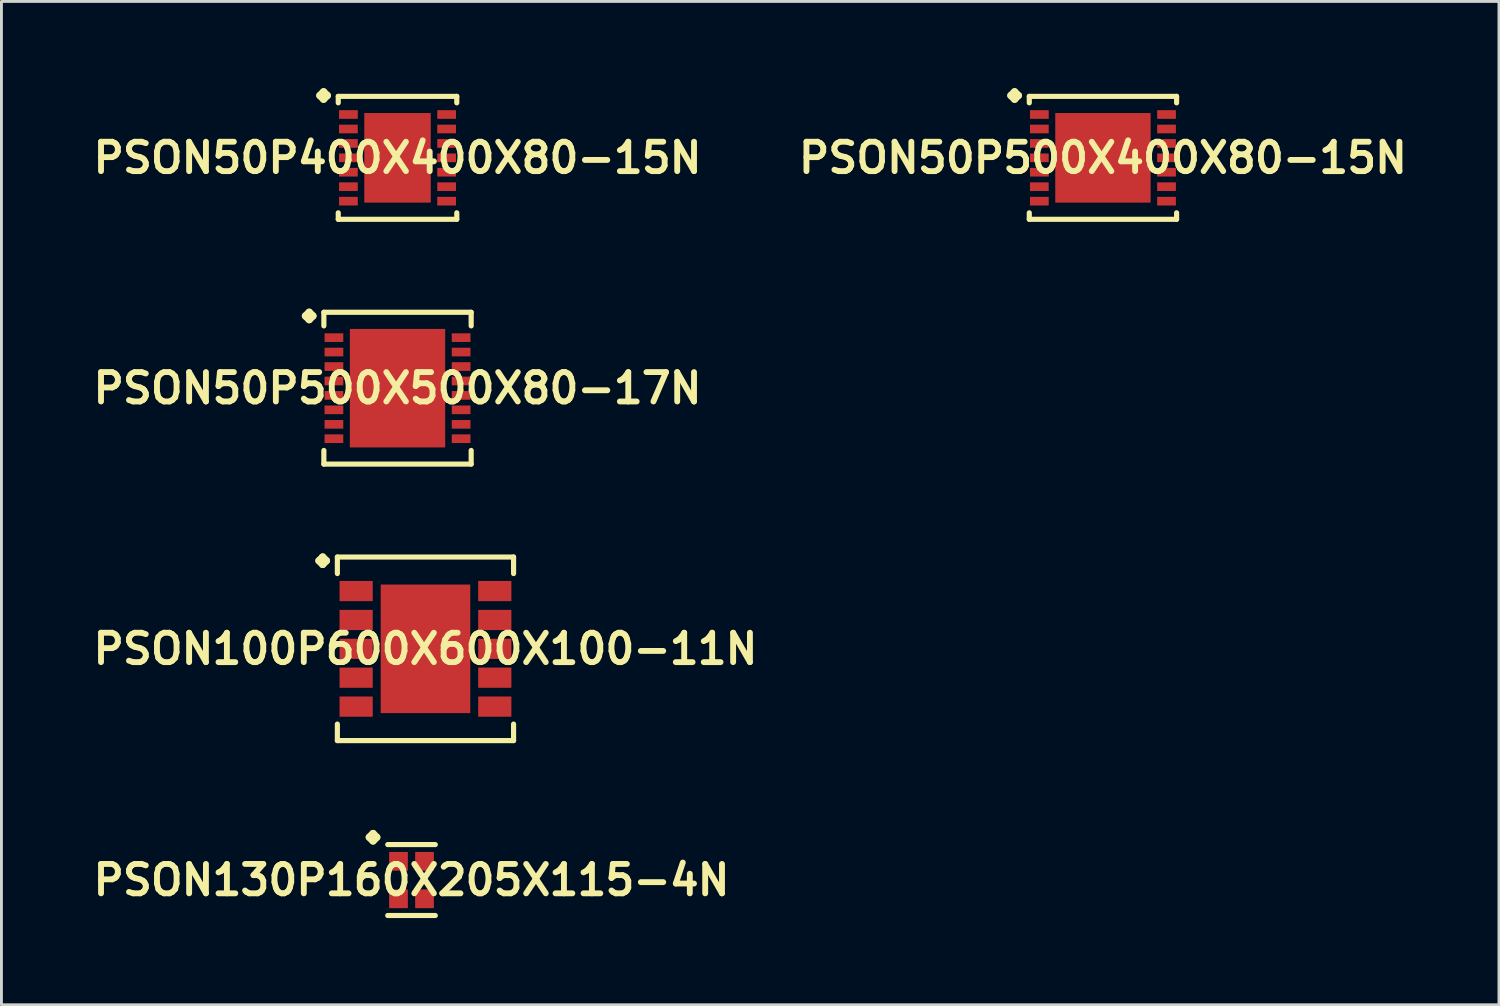
<source format=kicad_pcb>
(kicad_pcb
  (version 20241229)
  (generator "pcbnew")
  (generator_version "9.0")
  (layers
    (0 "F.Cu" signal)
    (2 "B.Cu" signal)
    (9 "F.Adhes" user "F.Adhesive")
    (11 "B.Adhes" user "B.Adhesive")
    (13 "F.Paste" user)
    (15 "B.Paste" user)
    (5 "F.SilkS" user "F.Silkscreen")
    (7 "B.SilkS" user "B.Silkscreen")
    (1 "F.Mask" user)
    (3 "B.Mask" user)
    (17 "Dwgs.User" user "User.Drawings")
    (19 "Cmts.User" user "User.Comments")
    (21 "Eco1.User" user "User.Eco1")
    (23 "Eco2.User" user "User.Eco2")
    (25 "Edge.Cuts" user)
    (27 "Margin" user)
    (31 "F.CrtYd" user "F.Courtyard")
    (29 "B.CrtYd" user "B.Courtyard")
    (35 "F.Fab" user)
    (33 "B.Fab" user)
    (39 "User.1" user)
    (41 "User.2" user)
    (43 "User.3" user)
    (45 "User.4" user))
  (footprint "PSON50P500X400X80-15N"
    (layer "F.Cu")
    (at 35.106 2.41)
    (property "Reference" "PSON50P500X400X80-15N" (at 0 0 0) (layer "F.SilkS") (effects (font (size 1.016 1.016) (thickness 0.203))))
    (attr smd)
    (fp_line (start -3.183 -2.156) (end -3.056 -2.283) (stroke (width 0.254) (type solid)) (layer "F.SilkS"))
    (fp_line (start -3.056 -2.283) (end -2.929 -2.156) (stroke (width 0.254) (type solid)) (layer "F.SilkS"))
    (fp_line (start -3.056 -2.029) (end -3.183 -2.156) (stroke (width 0.254) (type solid)) (layer "F.SilkS"))
    (fp_line (start -2.929 -2.156) (end -3.056 -2.029) (stroke (width 0.254) (type solid)) (layer "F.SilkS"))
    (fp_line (start -2.548 -2.126) (end 2.548 -2.126) (stroke (width 0.178) (type solid)) (layer "F.SilkS"))
    (fp_line (start -2.548 -1.902) (end -2.548 -2.126) (stroke (width 0.178) (type solid)) (layer "F.SilkS"))
    (fp_line (start -2.548 1.902) (end -2.548 2.126) (stroke (width 0.178) (type solid)) (layer "F.SilkS"))
    (fp_line (start -2.548 2.126) (end 2.548 2.126) (stroke (width 0.178) (type solid)) (layer "F.SilkS"))
    (fp_line (start 2.548 -2.126) (end 2.548 -1.902) (stroke (width 0.178) (type solid)) (layer "F.SilkS"))
    (fp_line (start 2.548 2.126) (end 2.548 1.902) (stroke (width 0.178) (type solid)) (layer "F.SilkS"))
    (pad "1" smd rect (at -2.2 -1.499) (size 0.648 0.3) (layers "F.Cu" "F.Mask" "F.Paste"))
    (pad "2" smd rect (at -2.2 -0.998) (size 0.648 0.3) (layers "F.Cu" "F.Mask" "F.Paste"))
    (pad "3" smd rect (at -2.2 -0.498) (size 0.648 0.3) (layers "F.Cu" "F.Mask" "F.Paste"))
    (pad "4" smd rect (at -2.2 0) (size 0.648 0.3) (layers "F.Cu" "F.Mask" "F.Paste"))
    (pad "5" smd rect (at -2.2 0.498) (size 0.648 0.3) (layers "F.Cu" "F.Mask" "F.Paste"))
    (pad "6" smd rect (at -2.2 0.998) (size 0.648 0.3) (layers "F.Cu" "F.Mask" "F.Paste"))
    (pad "7" smd rect (at -2.2 1.499) (size 0.648 0.3) (layers "F.Cu" "F.Mask" "F.Paste"))
    (pad "8" smd rect (at 2.2 1.499) (size 0.648 0.3) (layers "F.Cu" "F.Mask" "F.Paste"))
    (pad "9" smd rect (at 2.2 0.998) (size 0.648 0.3) (layers "F.Cu" "F.Mask" "F.Paste"))
    (pad "10" smd rect (at 2.2 0.498) (size 0.648 0.3) (layers "F.Cu" "F.Mask" "F.Paste"))
    (pad "11" smd rect (at 2.2 0) (size 0.648 0.3) (layers "F.Cu" "F.Mask" "F.Paste"))
    (pad "12" smd rect (at 2.2 -0.498) (size 0.648 0.3) (layers "F.Cu" "F.Mask" "F.Paste"))
    (pad "13" smd rect (at 2.2 -0.998) (size 0.648 0.3) (layers "F.Cu" "F.Mask" "F.Paste"))
    (pad "14" smd rect (at 2.2 -1.499) (size 0.648 0.3) (layers "F.Cu" "F.Mask" "F.Paste"))
    (pad "15" smd rect (at 0 0) (size 3.299 3.099) (layers "F.Cu" "F.Mask" "F.Paste")))
  (footprint "PSON130P160X205X115-4N"
    (layer "F.Cu")
    (at 11.186 27.395)
    (property "Reference" "PSON130P160X205X115-4N" (at 0 0 0) (layer "F.SilkS") (effects (font (size 1.016 1.016) (thickness 0.203))))
    (attr smd)
    (fp_line (start -1.458 -1.481) (end -1.331 -1.608) (stroke (width 0.254) (type solid)) (layer "F.SilkS"))
    (fp_line (start -1.331 -1.608) (end -1.204 -1.481) (stroke (width 0.254) (type solid)) (layer "F.SilkS"))
    (fp_line (start -1.331 -1.354) (end -1.458 -1.481) (stroke (width 0.254) (type solid)) (layer "F.SilkS"))
    (fp_line (start -1.204 -1.481) (end -1.331 -1.354) (stroke (width 0.254) (type solid)) (layer "F.SilkS"))
    (fp_line (start -0.823 -1.227) (end 0.823 -1.227) (stroke (width 0.178) (type solid)) (layer "F.SilkS"))
    (fp_line (start -0.823 1.227) (end 0.823 1.227) (stroke (width 0.178) (type solid)) (layer "F.SilkS"))
    (pad "1" smd rect (at -0.45 -0.648) (size 0.648 0.648) (layers "F.Cu" "F.Mask" "F.Paste"))
    (pad "2" smd rect (at -0.45 0.648) (size 0.648 0.648) (layers "F.Cu" "F.Mask" "F.Paste"))
    (pad "3" smd rect (at 0.45 0.648) (size 0.648 0.648) (layers "F.Cu" "F.Mask" "F.Paste"))
    (pad "4" smd rect (at 0.45 -0.648) (size 0.648 0.648) (layers "F.Cu" "F.Mask" "F.Paste")))
  (footprint "PSON100P600X600X100-11N"
    (layer "F.Cu")
    (at 11.669 19.396)
    (property "Reference" "PSON100P600X600X100-11N" (at 0 0 0) (layer "F.SilkS") (effects (font (size 1.016 1.016) (thickness 0.203))))
    (attr smd)
    (fp_line (start -3.683 -3.048) (end -3.556 -3.175) (stroke (width 0.254) (type solid)) (layer "F.SilkS"))
    (fp_line (start -3.556 -3.175) (end -3.429 -3.048) (stroke (width 0.254) (type solid)) (layer "F.SilkS"))
    (fp_line (start -3.556 -2.921) (end -3.683 -3.048) (stroke (width 0.254) (type solid)) (layer "F.SilkS"))
    (fp_line (start -3.429 -3.048) (end -3.556 -2.921) (stroke (width 0.254) (type solid)) (layer "F.SilkS"))
    (fp_line (start -3.048 -3.175) (end 3.048 -3.175) (stroke (width 0.178) (type solid)) (layer "F.SilkS"))
    (fp_line (start -3.048 -2.603) (end -3.048 -3.175) (stroke (width 0.178) (type solid)) (layer "F.SilkS"))
    (fp_line (start -3.048 2.603) (end -3.048 3.175) (stroke (width 0.178) (type solid)) (layer "F.SilkS"))
    (fp_line (start -3.048 3.175) (end 3.048 3.175) (stroke (width 0.178) (type solid)) (layer "F.SilkS"))
    (fp_line (start 3.048 -3.175) (end 3.048 -2.603) (stroke (width 0.178) (type solid)) (layer "F.SilkS"))
    (fp_line (start 3.048 3.175) (end 3.048 2.603) (stroke (width 0.178) (type solid)) (layer "F.SilkS"))
    (pad "1" smd rect (at -2.398 -1.999) (size 1.148 0.699) (layers "F.Cu" "F.Mask" "F.Paste"))
    (pad "2" smd rect (at -2.398 -0.998) (size 1.148 0.699) (layers "F.Cu" "F.Mask" "F.Paste"))
    (pad "3" smd rect (at -2.398 0) (size 1.148 0.699) (layers "F.Cu" "F.Mask" "F.Paste"))
    (pad "4" smd rect (at -2.398 0.998) (size 1.148 0.699) (layers "F.Cu" "F.Mask" "F.Paste"))
    (pad "5" smd rect (at -2.398 1.999) (size 1.148 0.699) (layers "F.Cu" "F.Mask" "F.Paste"))
    (pad "6" smd rect (at 2.398 1.999) (size 1.148 0.699) (layers "F.Cu" "F.Mask" "F.Paste"))
    (pad "7" smd rect (at 2.398 0.998) (size 1.148 0.699) (layers "F.Cu" "F.Mask" "F.Paste"))
    (pad "8" smd rect (at 2.398 0) (size 1.148 0.699) (layers "F.Cu" "F.Mask" "F.Paste"))
    (pad "9" smd rect (at 2.398 -0.998) (size 1.148 0.699) (layers "F.Cu" "F.Mask" "F.Paste"))
    (pad "10" smd rect (at 2.398 -1.999) (size 1.148 0.699) (layers "F.Cu" "F.Mask" "F.Paste"))
    (pad "11" smd rect (at 0 0) (size 3.099 4.448) (layers "F.Cu" "F.Mask" "F.Paste")))
  (footprint "PSON50P400X400X80-15N"
    (layer "F.Cu")
    (at 10.702 2.41)
    (property "Reference" "PSON50P400X400X80-15N" (at 0 0 0) (layer "F.SilkS") (effects (font (size 1.016 1.016) (thickness 0.203))))
    (attr smd)
    (fp_line (start -2.685 -2.156) (end -2.558 -2.283) (stroke (width 0.254) (type solid)) (layer "F.SilkS"))
    (fp_line (start -2.558 -2.283) (end -2.431 -2.156) (stroke (width 0.254) (type solid)) (layer "F.SilkS"))
    (fp_line (start -2.558 -2.029) (end -2.685 -2.156) (stroke (width 0.254) (type solid)) (layer "F.SilkS"))
    (fp_line (start -2.431 -2.156) (end -2.558 -2.029) (stroke (width 0.254) (type solid)) (layer "F.SilkS"))
    (fp_line (start -2.05 -2.126) (end 2.05 -2.126) (stroke (width 0.178) (type solid)) (layer "F.SilkS"))
    (fp_line (start -2.05 -1.902) (end -2.05 -2.126) (stroke (width 0.178) (type solid)) (layer "F.SilkS"))
    (fp_line (start -2.05 1.902) (end -2.05 2.126) (stroke (width 0.178) (type solid)) (layer "F.SilkS"))
    (fp_line (start -2.05 2.126) (end 2.05 2.126) (stroke (width 0.178) (type solid)) (layer "F.SilkS"))
    (fp_line (start 2.05 -2.126) (end 2.05 -1.902) (stroke (width 0.178) (type solid)) (layer "F.SilkS"))
    (fp_line (start 2.05 2.126) (end 2.05 1.902) (stroke (width 0.178) (type solid)) (layer "F.SilkS"))
    (pad "1" smd rect (at -1.699 -1.499) (size 0.648 0.3) (layers "F.Cu" "F.Mask" "F.Paste"))
    (pad "2" smd rect (at -1.699 -0.998) (size 0.648 0.3) (layers "F.Cu" "F.Mask" "F.Paste"))
    (pad "3" smd rect (at -1.699 -0.498) (size 0.648 0.3) (layers "F.Cu" "F.Mask" "F.Paste"))
    (pad "4" smd rect (at -1.699 0) (size 0.648 0.3) (layers "F.Cu" "F.Mask" "F.Paste"))
    (pad "5" smd rect (at -1.699 0.498) (size 0.648 0.3) (layers "F.Cu" "F.Mask" "F.Paste"))
    (pad "6" smd rect (at -1.699 0.998) (size 0.648 0.3) (layers "F.Cu" "F.Mask" "F.Paste"))
    (pad "7" smd rect (at -1.699 1.499) (size 0.648 0.3) (layers "F.Cu" "F.Mask" "F.Paste"))
    (pad "8" smd rect (at 1.699 1.499) (size 0.648 0.3) (layers "F.Cu" "F.Mask" "F.Paste"))
    (pad "9" smd rect (at 1.699 0.998) (size 0.648 0.3) (layers "F.Cu" "F.Mask" "F.Paste"))
    (pad "10" smd rect (at 1.699 0.498) (size 0.648 0.3) (layers "F.Cu" "F.Mask" "F.Paste"))
    (pad "11" smd rect (at 1.699 0) (size 0.648 0.3) (layers "F.Cu" "F.Mask" "F.Paste"))
    (pad "12" smd rect (at 1.699 -0.498) (size 0.648 0.3) (layers "F.Cu" "F.Mask" "F.Paste"))
    (pad "13" smd rect (at 1.699 -0.998) (size 0.648 0.3) (layers "F.Cu" "F.Mask" "F.Paste"))
    (pad "14" smd rect (at 1.699 -1.499) (size 0.648 0.3) (layers "F.Cu" "F.Mask" "F.Paste"))
    (pad "15" smd rect (at 0 0) (size 2.299 3.099) (layers "F.Cu" "F.Mask" "F.Paste")))
  (footprint "PSON50P500X500X80-17N"
    (layer "F.Cu")
    (at 10.702 10.379)
    (property "Reference" "PSON50P500X500X80-17N" (at 0 0 0) (layer "F.SilkS") (effects (font (size 1.016 1.016) (thickness 0.203))))
    (attr smd)
    (fp_line (start -3.183 -2.499) (end -3.056 -2.626) (stroke (width 0.254) (type solid)) (layer "F.SilkS"))
    (fp_line (start -3.056 -2.626) (end -2.929 -2.499) (stroke (width 0.254) (type solid)) (layer "F.SilkS"))
    (fp_line (start -3.056 -2.372) (end -3.183 -2.499) (stroke (width 0.254) (type solid)) (layer "F.SilkS"))
    (fp_line (start -2.929 -2.499) (end -3.056 -2.372) (stroke (width 0.254) (type solid)) (layer "F.SilkS"))
    (fp_line (start -2.548 -2.626) (end 2.548 -2.626) (stroke (width 0.178) (type solid)) (layer "F.SilkS"))
    (fp_line (start -2.548 -2.154) (end -2.548 -2.626) (stroke (width 0.178) (type solid)) (layer "F.SilkS"))
    (fp_line (start -2.548 2.154) (end -2.548 2.626) (stroke (width 0.178) (type solid)) (layer "F.SilkS"))
    (fp_line (start -2.548 2.626) (end 2.548 2.626) (stroke (width 0.178) (type solid)) (layer "F.SilkS"))
    (fp_line (start 2.548 -2.626) (end 2.548 -2.154) (stroke (width 0.178) (type solid)) (layer "F.SilkS"))
    (fp_line (start 2.548 2.626) (end 2.548 2.154) (stroke (width 0.178) (type solid)) (layer "F.SilkS"))
    (pad "1" smd rect (at -2.2 -1.748) (size 0.648 0.3) (layers "F.Cu" "F.Mask" "F.Paste"))
    (pad "2" smd rect (at -2.2 -1.25) (size 0.648 0.3) (layers "F.Cu" "F.Mask" "F.Paste"))
    (pad "3" smd rect (at -2.2 -0.749) (size 0.648 0.3) (layers "F.Cu" "F.Mask" "F.Paste"))
    (pad "4" smd rect (at -2.2 -0.249) (size 0.648 0.3) (layers "F.Cu" "F.Mask" "F.Paste"))
    (pad "5" smd rect (at -2.2 0.249) (size 0.648 0.3) (layers "F.Cu" "F.Mask" "F.Paste"))
    (pad "6" smd rect (at -2.2 0.749) (size 0.648 0.3) (layers "F.Cu" "F.Mask" "F.Paste"))
    (pad "7" smd rect (at -2.2 1.25) (size 0.648 0.3) (layers "F.Cu" "F.Mask" "F.Paste"))
    (pad "8" smd rect (at -2.2 1.748) (size 0.648 0.3) (layers "F.Cu" "F.Mask" "F.Paste"))
    (pad "9" smd rect (at 2.2 1.748) (size 0.648 0.3) (layers "F.Cu" "F.Mask" "F.Paste"))
    (pad "10" smd rect (at 2.2 1.25) (size 0.648 0.3) (layers "F.Cu" "F.Mask" "F.Paste"))
    (pad "11" smd rect (at 2.2 0.749) (size 0.648 0.3) (layers "F.Cu" "F.Mask" "F.Paste"))
    (pad "12" smd rect (at 2.2 0.249) (size 0.648 0.3) (layers "F.Cu" "F.Mask" "F.Paste"))
    (pad "13" smd rect (at 2.2 -0.249) (size 0.648 0.3) (layers "F.Cu" "F.Mask" "F.Paste"))
    (pad "14" smd rect (at 2.2 -0.749) (size 0.648 0.3) (layers "F.Cu" "F.Mask" "F.Paste"))
    (pad "15" smd rect (at 2.2 -1.25) (size 0.648 0.3) (layers "F.Cu" "F.Mask" "F.Paste"))
    (pad "16" smd rect (at 2.2 -1.748) (size 0.648 0.3) (layers "F.Cu" "F.Mask" "F.Paste"))
    (pad "17" smd rect (at 0 0) (size 3.299 4.1) (layers "F.Cu" "F.Mask" "F.Paste")))
  (gr_rect
    (start -3 -3)
    (end 48.807 31.71)
    (stroke (width 0.1) (type default))
    (fill no)
    (layer "Edge.Cuts")))
</source>
